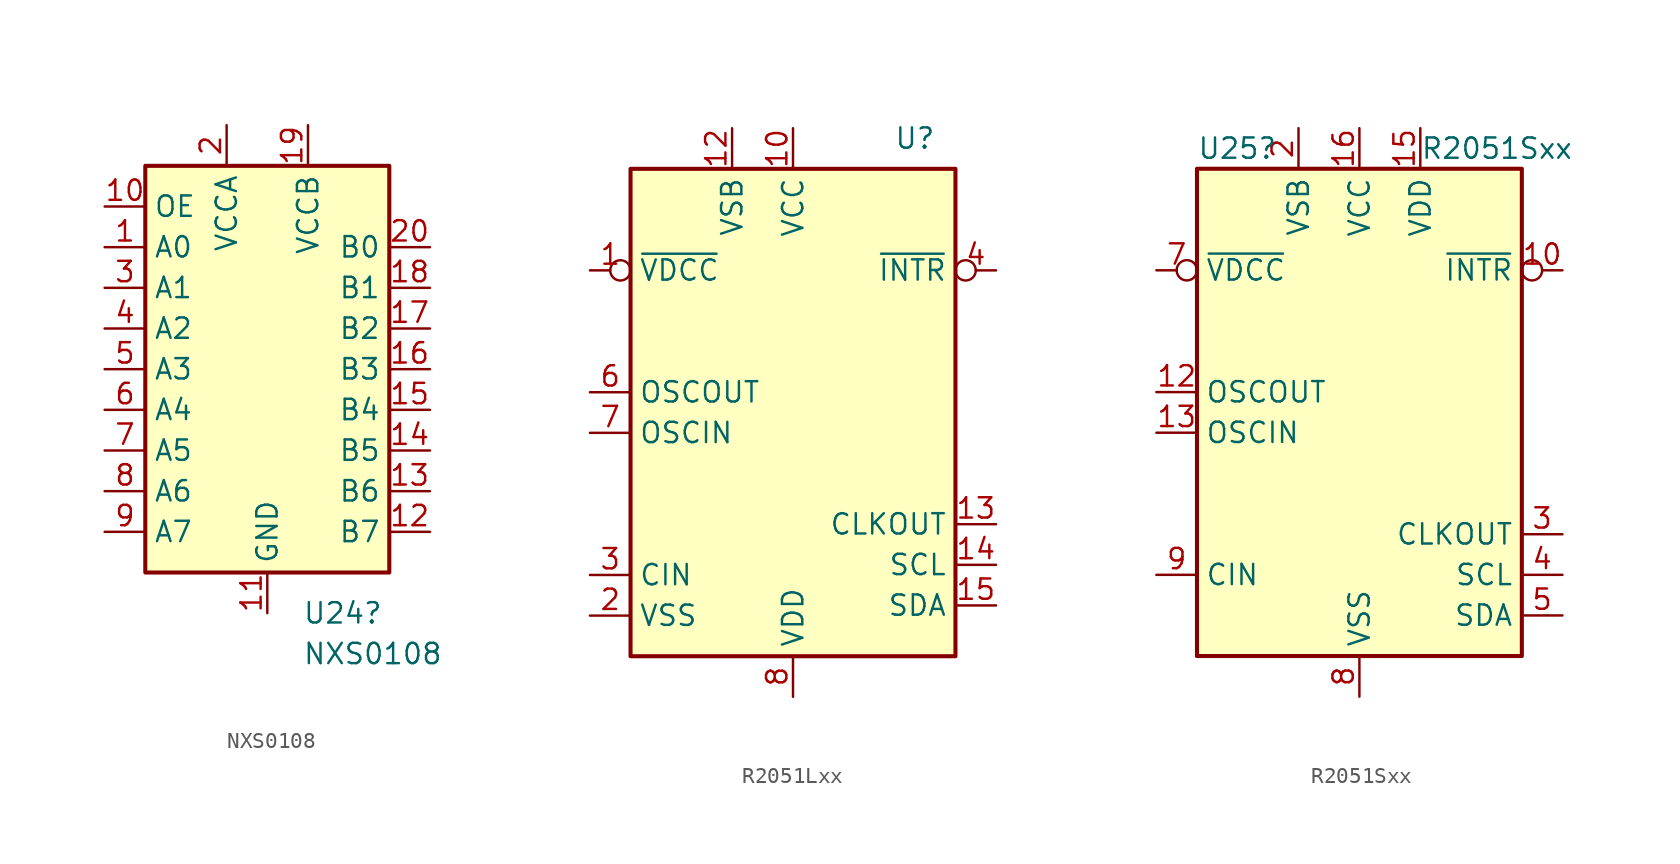
<source format=kicad_sym>
(kicad_symbol_lib
  (version 20220914)
  (generator kicad_symbol_editor)
  (symbol "NXS0108"
    (property "Reference" "U24"
      (at 2.194 -15.24 0)
      (effects (font (size 1.27 1.27)) (justify left)))
    (property "Value" "NXS0108"
      (at 2.194 -17.78 0)
      (effects (font (size 1.27 1.27)) (justify left)))
    (symbol "NXS0108_1_1"
      (rectangle (start -7.62 12.7) (end 7.62 -12.7) (stroke (width 0.254) (type default)) (fill (type background)))
      (pin bidirectional line (at -10.16 7.62 0) (length 2.54) (name "A0" (effects (font (size 1.27 1.27)))) (number "1" (effects (font (size 1.27 1.27)))))
      (pin input line (at -10.16 10.16 0) (length 2.54) (name "OE" (effects (font (size 1.27 1.27)))) (number "10" (effects (font (size 1.27 1.27)))))
      (pin power_in line (at 0 -15.24 90) (length 2.54) (name "GND" (effects (font (size 1.27 1.27)))) (number "11" (effects (font (size 1.27 1.27)))))
      (pin bidirectional line (at 10.16 -10.16 180) (length 2.54) (name "B7" (effects (font (size 1.27 1.27)))) (number "12" (effects (font (size 1.27 1.27)))))
      (pin bidirectional line (at 10.16 -7.62 180) (length 2.54) (name "B6" (effects (font (size 1.27 1.27)))) (number "13" (effects (font (size 1.27 1.27)))))
      (pin bidirectional line (at 10.16 -5.08 180) (length 2.54) (name "B5" (effects (font (size 1.27 1.27)))) (number "14" (effects (font (size 1.27 1.27)))))
      (pin bidirectional line (at 10.16 -2.54 180) (length 2.54) (name "B4" (effects (font (size 1.27 1.27)))) (number "15" (effects (font (size 1.27 1.27)))))
      (pin bidirectional line (at 10.16 0 180) (length 2.54) (name "B3" (effects (font (size 1.27 1.27)))) (number "16" (effects (font (size 1.27 1.27)))))
      (pin bidirectional line (at 10.16 2.54 180) (length 2.54) (name "B2" (effects (font (size 1.27 1.27)))) (number "17" (effects (font (size 1.27 1.27)))))
      (pin bidirectional line (at 10.16 5.08 180) (length 2.54) (name "B1" (effects (font (size 1.27 1.27)))) (number "18" (effects (font (size 1.27 1.27)))))
      (pin power_in line (at 2.54 15.24 270) (length 2.54) (name "VCCB" (effects (font (size 1.27 1.27)))) (number "19" (effects (font (size 1.27 1.27)))))
      (pin power_in line (at -2.54 15.24 270) (length 2.54) (name "VCCA" (effects (font (size 1.27 1.27)))) (number "2" (effects (font (size 1.27 1.27)))))
      (pin bidirectional line (at 10.16 7.62 180) (length 2.54) (name "B0" (effects (font (size 1.27 1.27)))) (number "20" (effects (font (size 1.27 1.27)))))
      (pin no_connect line (at 4.445 -15.24 90) (length 2.54) hide (name "" (effects (font (size 1.27 1.27)))) (number "21" (effects (font (size 1.27 1.27)))))
      (pin bidirectional line (at -10.16 5.08 0) (length 2.54) (name "A1" (effects (font (size 1.27 1.27)))) (number "3" (effects (font (size 1.27 1.27)))))
      (pin bidirectional line (at -10.16 2.54 0) (length 2.54) (name "A2" (effects (font (size 1.27 1.27)))) (number "4" (effects (font (size 1.27 1.27)))))
      (pin bidirectional line (at -10.16 0 0) (length 2.54) (name "A3" (effects (font (size 1.27 1.27)))) (number "5" (effects (font (size 1.27 1.27)))))
      (pin bidirectional line (at -10.16 -2.54 0) (length 2.54) (name "A4" (effects (font (size 1.27 1.27)))) (number "6" (effects (font (size 1.27 1.27)))))
      (pin bidirectional line (at -10.16 -5.08 0) (length 2.54) (name "A5" (effects (font (size 1.27 1.27)))) (number "7" (effects (font (size 1.27 1.27)))))
      (pin bidirectional line (at -10.16 -7.62 0) (length 2.54) (name "A6" (effects (font (size 1.27 1.27)))) (number "8" (effects (font (size 1.27 1.27)))))
      (pin bidirectional line (at -10.16 -10.16 0) (length 2.54) (name "A7" (effects (font (size 1.27 1.27)))) (number "9" (effects (font (size 1.27 1.27)))))))
  (symbol "R2051Lxx"
    (property "Reference" "U"
      (at 7.62 17.145 0)
      (effects (font (size 1.27 1.27))))
    (property "Value" ""
      (at 0 0 0)
      (effects (font (size 1.27 1.27))))
    (symbol "R2051Lxx_0_1"
      (rectangle (start -10.16 15.24) (end 10.16 -15.24) (stroke (width 0.254) (type default)) (fill (type background))))
    (symbol "R2051Lxx_1_1"
      (pin output inverted (at -12.7 8.89 0) (length 2.54) (name "~{VDCC}" (effects (font (size 1.27 1.27)))) (number "1" (effects (font (size 1.27 1.27)))))
      (pin power_in line (at 0 17.78 270) (length 2.54) (name "VCC" (effects (font (size 1.27 1.27)))) (number "10" (effects (font (size 1.27 1.27)))))
      (pin no_connect line (at 12.7 3.175 180) (length 2.54) hide (name "" (effects (font (size 1.27 1.27)))) (number "11" (effects (font (size 1.27 1.27)))))
      (pin power_in line (at -3.81 17.78 270) (length 2.54) (name "VSB" (effects (font (size 1.27 1.27)))) (number "12" (effects (font (size 1.27 1.27)))))
      (pin output line (at 12.7 -6.985 180) (length 2.54) (name "CLKOUT" (effects (font (size 1.27 1.27)))) (number "13" (effects (font (size 1.27 1.27)))))
      (pin input line (at 12.7 -9.525 180) (length 2.54) (name "SCL" (effects (font (size 1.27 1.27)))) (number "14" (effects (font (size 1.27 1.27)))))
      (pin bidirectional line (at 12.7 -12.065 180) (length 2.54) (name "SDA" (effects (font (size 1.27 1.27)))) (number "15" (effects (font (size 1.27 1.27)))))
      (pin no_connect line (at 12.7 5.715 180) (length 2.54) hide (name "" (effects (font (size 1.27 1.27)))) (number "16" (effects (font (size 1.27 1.27)))))
      (pin input line (at -12.7 -12.7 0) (length 2.54) (name "VSS" (effects (font (size 1.27 1.27)))) (number "2" (effects (font (size 1.27 1.27)))))
      (pin input line (at -12.7 -10.16 0) (length 2.54) (name "CIN" (effects (font (size 1.27 1.27)))) (number "3" (effects (font (size 1.27 1.27)))))
      (pin output inverted (at 12.7 8.89 180) (length 2.54) (name "~{INTR}" (effects (font (size 1.27 1.27)))) (number "4" (effects (font (size 1.27 1.27)))))
      (pin no_connect line (at 12.7 1.27 180) (length 2.54) hide (name "" (effects (font (size 1.27 1.27)))) (number "5" (effects (font (size 1.27 1.27)))))
      (pin output line (at -12.7 1.27 0) (length 2.54) (name "OSCOUT" (effects (font (size 1.27 1.27)))) (number "6" (effects (font (size 1.27 1.27)))))
      (pin bidirectional line (at -12.7 -1.27 0) (length 2.54) (name "OSCIN" (effects (font (size 1.27 1.27)))) (number "7" (effects (font (size 1.27 1.27)))))
      (pin power_in line (at 0 -17.78 90) (length 2.54) (name "VDD" (effects (font (size 1.27 1.27)))) (number "8" (effects (font (size 1.27 1.27)))))
      (pin no_connect line (at 12.7 -1.27 180) (length 2.54) hide (name "" (effects (font (size 1.27 1.27)))) (number "9" (effects (font (size 1.27 1.27)))))))
  (symbol "R2051Sxx"
    (property "Reference" "U25"
      (at -10.16 16.51 0)
      (effects (font (size 1.27 1.27)) (justify left)))
    (property "Value" "R2051Sxx"
      (at 3.81 16.51 0)
      (effects (font (size 1.27 1.27)) (justify left)))
    (symbol "R2051Sxx_0_1"
      (rectangle (start -10.16 15.24) (end 10.16 -15.24) (stroke (width 0.254) (type default)) (fill (type background))))
    (symbol "R2051Sxx_1_1"
      (pin no_connect line (at 12.7 3.81 180) (length 2.54) hide (name "NC" (effects (font (size 1.27 1.27)))) (number "1" (effects (font (size 1.27 1.27)))))
      (pin output inverted (at 12.7 8.89 180) (length 2.54) (name "~{INTR}" (effects (font (size 1.27 1.27)))) (number "10" (effects (font (size 1.27 1.27)))))
      (pin no_connect line (at 12.7 -1.27 180) (length 2.54) hide (name "NC" (effects (font (size 1.27 1.27)))) (number "11" (effects (font (size 1.27 1.27)))))
      (pin output line (at -12.7 1.27 0) (length 2.54) (name "OSCOUT" (effects (font (size 1.27 1.27)))) (number "12" (effects (font (size 1.27 1.27)))))
      (pin bidirectional line (at -12.7 -1.27 0) (length 2.54) (name "OSCIN" (effects (font (size 1.27 1.27)))) (number "13" (effects (font (size 1.27 1.27)))))
      (pin no_connect line (at 12.7 -3.81 180) (length 2.54) hide (name "NC" (effects (font (size 1.27 1.27)))) (number "14" (effects (font (size 1.27 1.27)))))
      (pin power_in line (at 3.81 17.78 270) (length 2.54) (name "VDD" (effects (font (size 1.27 1.27)))) (number "15" (effects (font (size 1.27 1.27)))))
      (pin power_in line (at 0 17.78 270) (length 2.54) (name "VCC" (effects (font (size 1.27 1.27)))) (number "16" (effects (font (size 1.27 1.27)))))
      (pin power_in line (at -3.81 17.78 270) (length 2.54) (name "VSB" (effects (font (size 1.27 1.27)))) (number "2" (effects (font (size 1.27 1.27)))))
      (pin output line (at 12.7 -7.62 180) (length 2.54) (name "CLKOUT" (effects (font (size 1.27 1.27)))) (number "3" (effects (font (size 1.27 1.27)))))
      (pin input line (at 12.7 -10.16 180) (length 2.54) (name "SCL" (effects (font (size 1.27 1.27)))) (number "4" (effects (font (size 1.27 1.27)))))
      (pin bidirectional line (at 12.7 -12.7 180) (length 2.54) (name "SDA" (effects (font (size 1.27 1.27)))) (number "5" (effects (font (size 1.27 1.27)))))
      (pin no_connect line (at 12.7 1.27 180) (length 2.54) hide (name "NC" (effects (font (size 1.27 1.27)))) (number "6" (effects (font (size 1.27 1.27)))))
      (pin output inverted (at -12.7 8.89 0) (length 2.54) (name "~{VDCC}" (effects (font (size 1.27 1.27)))) (number "7" (effects (font (size 1.27 1.27)))))
      (pin power_in line (at 0 -17.78 90) (length 2.54) (name "VSS" (effects (font (size 1.27 1.27)))) (number "8" (effects (font (size 1.27 1.27)))))
      (pin input line (at -12.7 -10.16 0) (length 2.54) (name "CIN" (effects (font (size 1.27 1.27)))) (number "9" (effects (font (size 1.27 1.27))))))))
</source>
